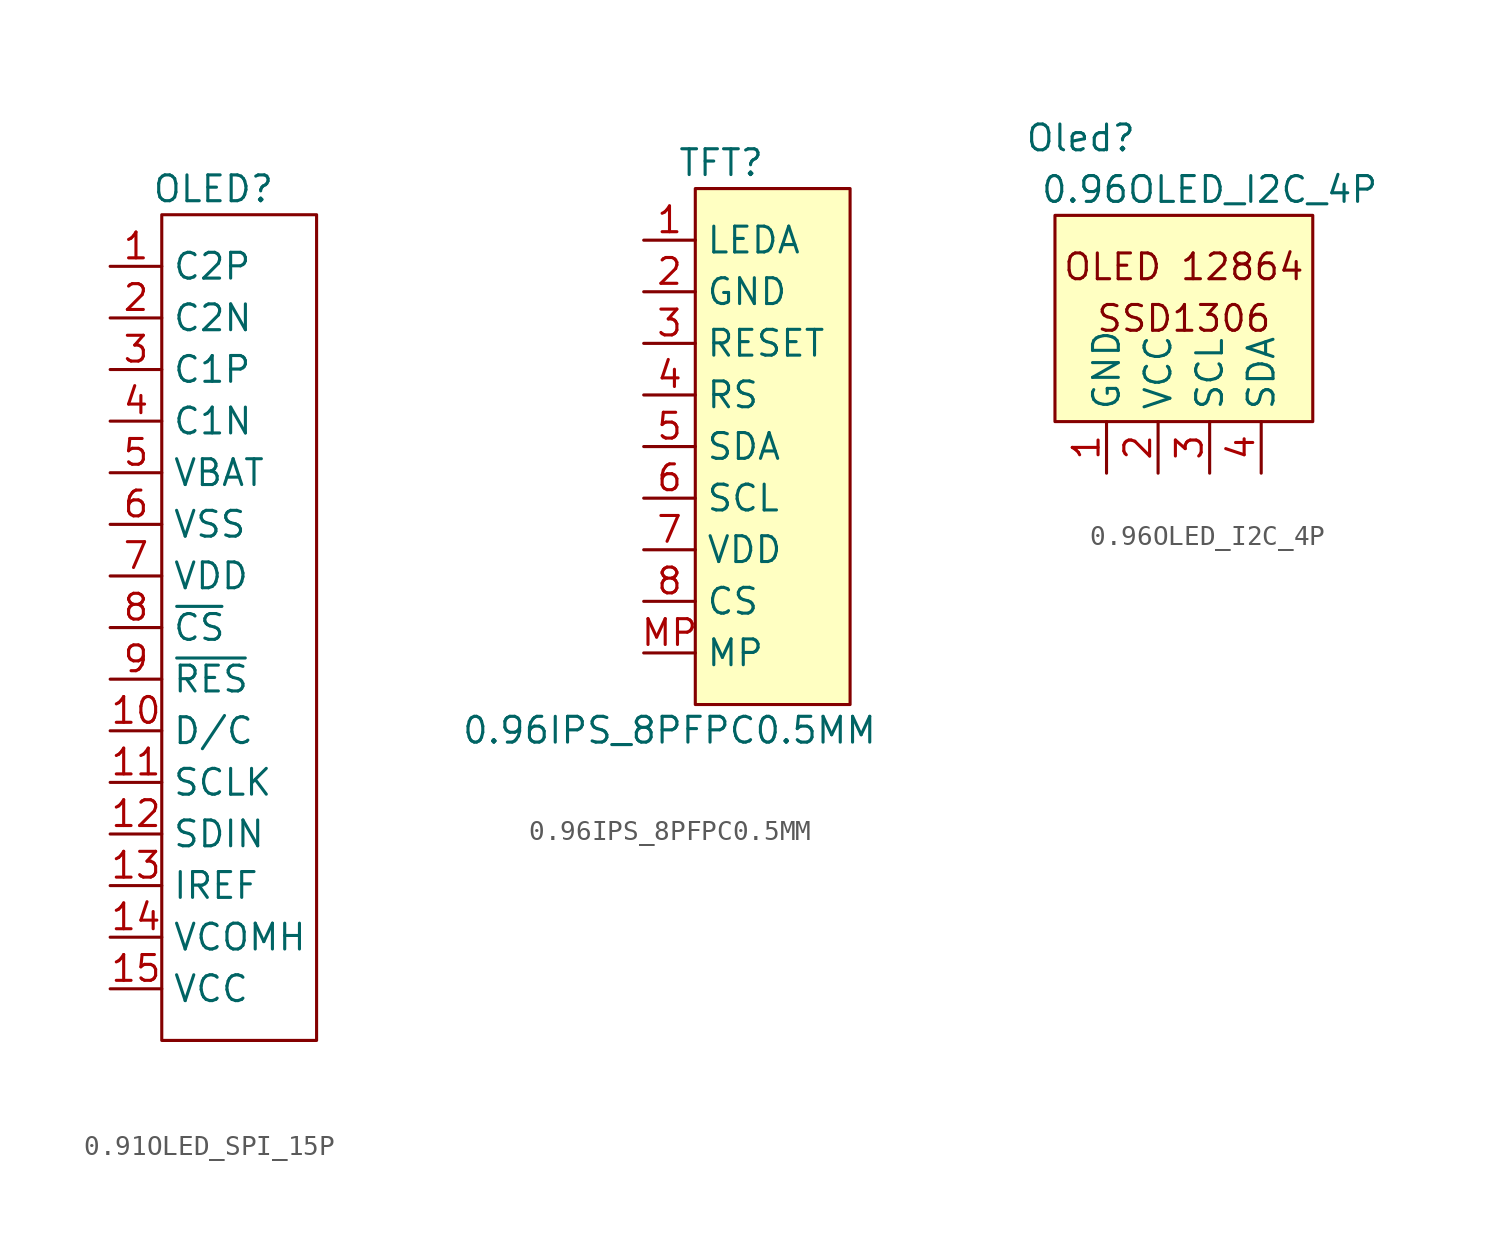
<source format=kicad_sym>
(kicad_symbol_lib
  (version 20220914)
  (generator kicad_symbol_editor)
  (symbol "0.91OLED_SPI_15P"
    (property "Reference" "OLED"
      (at 2.54 1.27 0)
      (effects (font (size 1.27 1.27))))
    (property "Value" ""
      (at 0 0 0)
      (effects (font (size 1.27 1.27))))
    (symbol "0.91OLED_SPI_15P_0_1"
      (rectangle (start 0 0) (end 7.62 -40.64) (stroke (width 0) (type default)) (fill (type none))))
    (symbol "0.91OLED_SPI_15P_1_1"
      (pin bidirectional line (at -2.54 -2.54 0) (length 2.54) (name "C2P" (effects (font (size 1.27 1.27)))) (number "1" (effects (font (size 1.27 1.27)))))
      (pin bidirectional line (at -2.54 -25.4 0) (length 2.54) (name "D/C" (effects (font (size 1.27 1.27)))) (number "10" (effects (font (size 1.27 1.27)))))
      (pin bidirectional line (at -2.54 -27.94 0) (length 2.54) (name "SCLK" (effects (font (size 1.27 1.27)))) (number "11" (effects (font (size 1.27 1.27)))))
      (pin bidirectional line (at -2.54 -30.48 0) (length 2.54) (name "SDIN" (effects (font (size 1.27 1.27)))) (number "12" (effects (font (size 1.27 1.27)))))
      (pin bidirectional line (at -2.54 -33.02 0) (length 2.54) (name "IREF" (effects (font (size 1.27 1.27)))) (number "13" (effects (font (size 1.27 1.27)))))
      (pin bidirectional line (at -2.54 -35.56 0) (length 2.54) (name "VCOMH" (effects (font (size 1.27 1.27)))) (number "14" (effects (font (size 1.27 1.27)))))
      (pin bidirectional line (at -2.54 -38.1 0) (length 2.54) (name "VCC" (effects (font (size 1.27 1.27)))) (number "15" (effects (font (size 1.27 1.27)))))
      (pin bidirectional line (at -2.54 -5.08 0) (length 2.54) (name "C2N" (effects (font (size 1.27 1.27)))) (number "2" (effects (font (size 1.27 1.27)))))
      (pin bidirectional line (at -2.54 -7.62 0) (length 2.54) (name "C1P" (effects (font (size 1.27 1.27)))) (number "3" (effects (font (size 1.27 1.27)))))
      (pin bidirectional line (at -2.54 -10.16 0) (length 2.54) (name "C1N" (effects (font (size 1.27 1.27)))) (number "4" (effects (font (size 1.27 1.27)))))
      (pin power_in line (at -2.54 -12.7 0) (length 2.54) (name "VBAT" (effects (font (size 1.27 1.27)))) (number "5" (effects (font (size 1.27 1.27)))))
      (pin power_in line (at -2.54 -15.24 0) (length 2.54) (name "VSS" (effects (font (size 1.27 1.27)))) (number "6" (effects (font (size 1.27 1.27)))))
      (pin power_in line (at -2.54 -17.78 0) (length 2.54) (name "VDD" (effects (font (size 1.27 1.27)))) (number "7" (effects (font (size 1.27 1.27)))))
      (pin bidirectional line (at -2.54 -20.32 0) (length 2.54) (name "~{CS}" (effects (font (size 1.27 1.27)))) (number "8" (effects (font (size 1.27 1.27)))))
      (pin bidirectional line (at -2.54 -22.86 0) (length 2.54) (name "~{RES}" (effects (font (size 1.27 1.27)))) (number "9" (effects (font (size 1.27 1.27)))))))
  (symbol "0.96IPS_8PFPC0.5MM"
    (property "Reference" "TFT"
      (at 1.27 1.27 0)
      (effects (font (size 1.27 1.27))))
    (property "Value" "0.96IPS_8PFPC0.5MM"
      (at -1.27 -26.67 0)
      (effects (font (size 1.27 1.27))))
    (symbol "0.96IPS_8PFPC0.5MM_0_1"
      (rectangle (start 0 0) (end 7.62 -25.4) (stroke (width 0) (type default)) (fill (type background))))
    (symbol "0.96IPS_8PFPC0.5MM_1_1"
      (pin bidirectional line (at -2.54 -2.54 0) (length 2.54) (name "LEDA" (effects (font (size 1.27 1.27)))) (number "1" (effects (font (size 1.27 1.27)))))
      (pin power_in line (at -2.54 -5.08 0) (length 2.54) (name "GND" (effects (font (size 1.27 1.27)))) (number "2" (effects (font (size 1.27 1.27)))))
      (pin bidirectional line (at -2.54 -7.62 0) (length 2.54) (name "RESET" (effects (font (size 1.27 1.27)))) (number "3" (effects (font (size 1.27 1.27)))))
      (pin bidirectional line (at -2.54 -10.16 0) (length 2.54) (name "RS" (effects (font (size 1.27 1.27)))) (number "4" (effects (font (size 1.27 1.27)))))
      (pin bidirectional line (at -2.54 -12.7 0) (length 2.54) (name "SDA" (effects (font (size 1.27 1.27)))) (number "5" (effects (font (size 1.27 1.27)))))
      (pin bidirectional line (at -2.54 -15.24 0) (length 2.54) (name "SCL" (effects (font (size 1.27 1.27)))) (number "6" (effects (font (size 1.27 1.27)))))
      (pin power_in line (at -2.54 -17.78 0) (length 2.54) (name "VDD" (effects (font (size 1.27 1.27)))) (number "7" (effects (font (size 1.27 1.27)))))
      (pin bidirectional line (at -2.54 -20.32 0) (length 2.54) (name "CS" (effects (font (size 1.27 1.27)))) (number "8" (effects (font (size 1.27 1.27)))))
      (pin bidirectional line (at -2.54 -22.86 0) (length 2.54) (name "MP" (effects (font (size 1.27 1.27)))) (number "MP" (effects (font (size 1.27 1.27)))))))
  (symbol "0.96OLED_I2C_4P"
    (property "Reference" "Oled"
      (at 1.27 3.81 0)
      (effects (font (size 1.27 1.27))))
    (property "Value" "0.96OLED_I2C_4P"
      (at 7.62 1.27 0)
      (effects (font (size 1.27 1.27))))
    (symbol "0.96OLED_I2C_4P_0_0"
      (text "OLED 12864" (at 6.35 -2.54 0) (effects (font (size 1.27 1.27))))
      (text "SSD1306" (at 6.35 -5.08 0) (effects (font (size 1.27 1.27)))))
    (symbol "0.96OLED_I2C_4P_0_1"
      (rectangle (start 0 0) (end 12.7 -10.16) (stroke (width 0) (type default)) (fill (type background))))
    (symbol "0.96OLED_I2C_4P_1_1"
      (pin power_in line (at 2.54 -12.7 90) (length 2.54) (name "GND" (effects (font (size 1.27 1.27)))) (number "1" (effects (font (size 1.27 1.27)))))
      (pin power_in line (at 5.08 -12.7 90) (length 2.54) (name "VCC" (effects (font (size 1.27 1.27)))) (number "2" (effects (font (size 1.27 1.27)))))
      (pin input line (at 7.62 -12.7 90) (length 2.54) (name "SCL" (effects (font (size 1.27 1.27)))) (number "3" (effects (font (size 1.27 1.27)))))
      (pin bidirectional line (at 10.16 -12.7 90) (length 2.54) (name "SDA" (effects (font (size 1.27 1.27)))) (number "4" (effects (font (size 1.27 1.27))))))))
</source>
